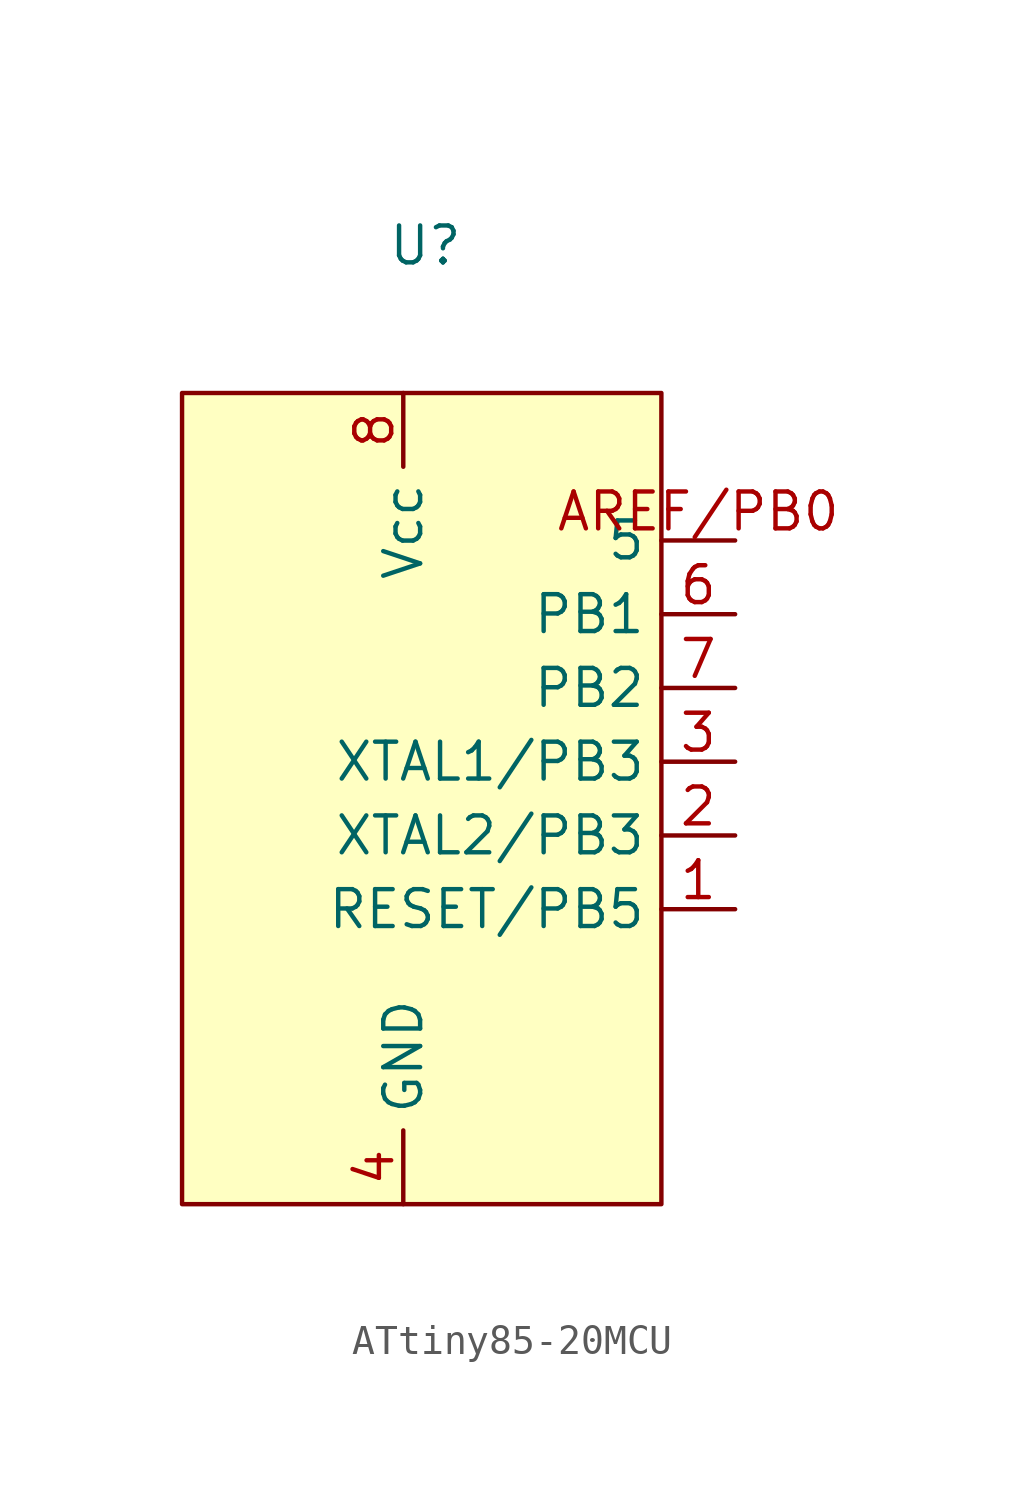
<source format=kicad_sym>
(kicad_symbol_lib
  (version 20241209)
  (generator "kicad_symbol_editor")
  (generator_version "9.0")
  (symbol "ATtiny85-20MCU"
    (property "Reference" "U"
      (at 0.762 16.51 0)
      (effects (font (size 1.27 1.27))))
    (property "Value" ""
      (at 3.81 5.08 0)
      (effects (font (size 1.27 1.27))))
    (symbol "ATtiny85-20MCU_1_0"
      (pin bidirectional line (at 11.43 -6.35 180) (length 2.54) (name "RESET/PB5" (effects (font (size 1.27 1.27)))) (number "1" (effects (font (size 1.27 1.27))))))
    (symbol "ATtiny85-20MCU_1_1"
      (rectangle (start -7.62 11.43) (end 8.89 -16.51) (stroke (width 0) (type solid)) (fill (type background)))
      (pin power_in line (at 0 11.43 270) (length 2.54) (name "Vcc" (effects (font (size 1.27 1.27)))) (number "8" (effects (font (size 1.27 1.27)))))
      (pin power_in line (at 0 -16.51 90) (length 2.54) (name "GND" (effects (font (size 1.27 1.27)))) (number "4" (effects (font (size 1.27 1.27)))))
      (pin bidirectional line (at 11.43 6.35 180) (length 2.54) (name "5" (effects (font (size 1.27 1.27)))) (number "AREF/PB0" (effects (font (size 1.27 1.27)))))
      (pin bidirectional line (at 11.43 3.81 180) (length 2.54) (name "PB1" (effects (font (size 1.27 1.27)))) (number "6" (effects (font (size 1.27 1.27)))))
      (pin bidirectional line (at 11.43 1.27 180) (length 2.54) (name "PB2" (effects (font (size 1.27 1.27)))) (number "7" (effects (font (size 1.27 1.27)))))
      (pin bidirectional line (at 11.43 -1.27 180) (length 2.54) (name "XTAL1/PB3" (effects (font (size 1.27 1.27)))) (number "3" (effects (font (size 1.27 1.27)))))
      (pin bidirectional line (at 11.43 -3.81 180) (length 2.54) (name "XTAL2/PB3" (effects (font (size 1.27 1.27)))) (number "2" (effects (font (size 1.27 1.27))))))))
</source>
